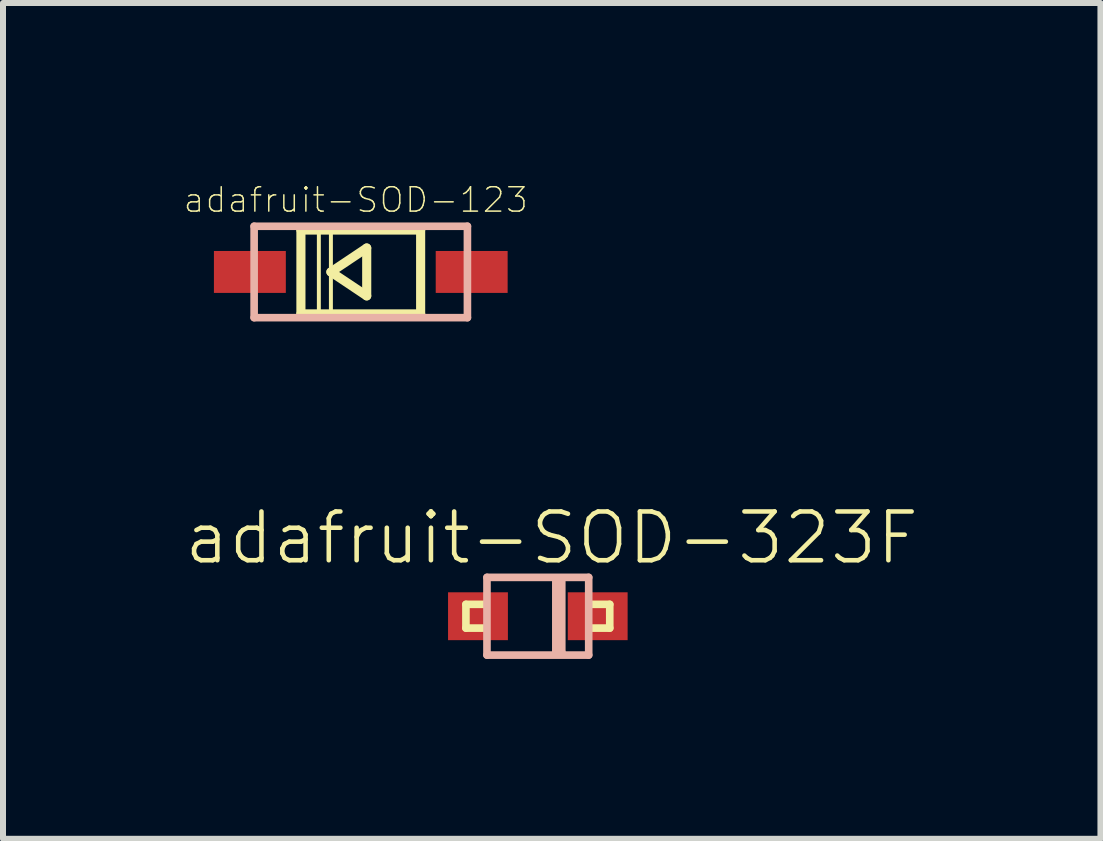
<source format=kicad_pcb>
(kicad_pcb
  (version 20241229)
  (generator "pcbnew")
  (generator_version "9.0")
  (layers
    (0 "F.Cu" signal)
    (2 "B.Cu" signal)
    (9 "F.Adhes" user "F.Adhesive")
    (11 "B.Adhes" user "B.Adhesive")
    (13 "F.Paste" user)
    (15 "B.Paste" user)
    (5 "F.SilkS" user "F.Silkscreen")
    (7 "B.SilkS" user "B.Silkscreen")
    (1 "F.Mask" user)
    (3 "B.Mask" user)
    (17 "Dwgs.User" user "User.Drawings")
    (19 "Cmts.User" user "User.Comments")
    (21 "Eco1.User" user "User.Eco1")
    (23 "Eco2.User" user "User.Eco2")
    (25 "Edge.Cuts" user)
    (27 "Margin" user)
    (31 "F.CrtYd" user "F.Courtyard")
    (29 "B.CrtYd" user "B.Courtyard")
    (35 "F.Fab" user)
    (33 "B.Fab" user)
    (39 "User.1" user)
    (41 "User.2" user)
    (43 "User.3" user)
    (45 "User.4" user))
  (footprint "adafruit-SOD-123"
    (layer "F.Cu")
    (at 2.965 1.484)
    (property "Reference" "adafruit-SOD-123" (at -0.084 -1.201 0) (layer "F.SilkS") (effects (font (size 0.406 0.406) (thickness 0.025))))
    (attr smd)
    (fp_line (start -0.998 -0.699) (end 0.998 -0.699) (stroke (width 0.152) (type solid)) (layer "F.SilkS"))
    (fp_line (start -0.998 0.699) (end -0.998 -0.699) (stroke (width 0.152) (type solid)) (layer "F.SilkS"))
    (fp_line (start -0.699 -0.699) (end -0.498 -0.699) (stroke (width 0.066) (type solid)) (layer "F.SilkS"))
    (fp_line (start -0.699 0.699) (end -0.699 -0.699) (stroke (width 0.066) (type solid)) (layer "F.SilkS"))
    (fp_line (start -0.699 0.699) (end -0.498 0.699) (stroke (width 0.066) (type solid)) (layer "F.SilkS"))
    (fp_line (start -0.498 0) (end 0.099 -0.399) (stroke (width 0.152) (type solid)) (layer "F.SilkS"))
    (fp_line (start -0.498 0.699) (end -0.498 -0.699) (stroke (width 0.066) (type solid)) (layer "F.SilkS"))
    (fp_line (start 0.099 -0.399) (end 0.099 0.399) (stroke (width 0.152) (type solid)) (layer "F.SilkS"))
    (fp_line (start 0.099 0.399) (end -0.498 0) (stroke (width 0.152) (type solid)) (layer "F.SilkS"))
    (fp_line (start 0.998 -0.699) (end 0.998 0.699) (stroke (width 0.152) (type solid)) (layer "F.SilkS"))
    (fp_line (start 0.998 0.699) (end -0.998 0.699) (stroke (width 0.152) (type solid)) (layer "F.SilkS"))
    (fp_line (start -1.778 -0.762) (end 1.778 -0.762) (stroke (width 0.127) (type solid)) (layer "B.SilkS"))
    (fp_line (start -1.778 0.762) (end -1.778 -0.762) (stroke (width 0.127) (type solid)) (layer "B.SilkS"))
    (fp_line (start 1.778 -0.762) (end 1.778 0.762) (stroke (width 0.127) (type solid)) (layer "B.SilkS"))
    (fp_line (start 1.778 0.762) (end -1.778 0.762) (stroke (width 0.127) (type solid)) (layer "B.SilkS"))
    (pad "A" smd rect (at 1.849 0) (size 1.199 0.699) (layers "F.Cu" "F.Mask" "F.Paste"))
    (pad "C" smd rect (at -1.849 0) (size 1.199 0.699) (layers "F.Cu" "F.Mask" "F.Paste")))
  (footprint "adafruit-SOD-323F"
    (layer "F.Cu")
    (at 5.917 7.224)
    (property "Reference" "adafruit-SOD-323F" (at 0.231 -1.306 0) (layer "F.SilkS") (effects (font (size 0.813 0.813) (thickness 0.076))))
    (attr smd)
    (fp_line (start -1.199 -0.198) (end -1.199 0.198) (stroke (width 0.127) (type solid)) (layer "F.SilkS"))
    (fp_line (start -1.199 0.198) (end -0.899 0.198) (stroke (width 0.127) (type solid)) (layer "F.SilkS"))
    (fp_line (start -0.899 -0.198) (end -1.199 -0.198) (stroke (width 0.127) (type solid)) (layer "F.SilkS"))
    (fp_line (start 0.899 -0.198) (end 1.199 -0.198) (stroke (width 0.127) (type solid)) (layer "F.SilkS"))
    (fp_line (start 1.199 -0.198) (end 1.199 0.198) (stroke (width 0.127) (type solid)) (layer "F.SilkS"))
    (fp_line (start 1.199 0.198) (end 0.899 0.198) (stroke (width 0.127) (type solid)) (layer "F.SilkS"))
    (fp_line (start -0.848 -0.648) (end 0.848 -0.648) (stroke (width 0.127) (type solid)) (layer "B.SilkS"))
    (fp_line (start -0.848 0.648) (end -0.848 -0.648) (stroke (width 0.127) (type solid)) (layer "B.SilkS"))
    (fp_line (start 0.3 0.599) (end 0.3 -0.599) (stroke (width 0.127) (type solid)) (layer "B.SilkS"))
    (fp_line (start 0.399 -0.599) (end 0.399 0.599) (stroke (width 0.127) (type solid)) (layer "B.SilkS"))
    (fp_line (start 0.399 0.599) (end 0.3 0.599) (stroke (width 0.127) (type solid)) (layer "B.SilkS"))
    (fp_line (start 0.848 -0.648) (end 0.848 0.648) (stroke (width 0.127) (type solid)) (layer "B.SilkS"))
    (fp_line (start 0.848 0.648) (end -0.848 0.648) (stroke (width 0.127) (type solid)) (layer "B.SilkS"))
    (pad "A" smd rect (at -0.998 0) (size 0.998 0.798) (layers "F.Cu" "F.Mask" "F.Paste"))
    (pad "C" smd rect (at 0.998 0) (size 0.998 0.798) (layers "F.Cu" "F.Mask" "F.Paste")))
  (gr_rect
    (start -3 -3)
    (end 15.297 10.935)
    (stroke (width 0.1) (type default))
    (fill no)
    (layer "Edge.Cuts")))
</source>
